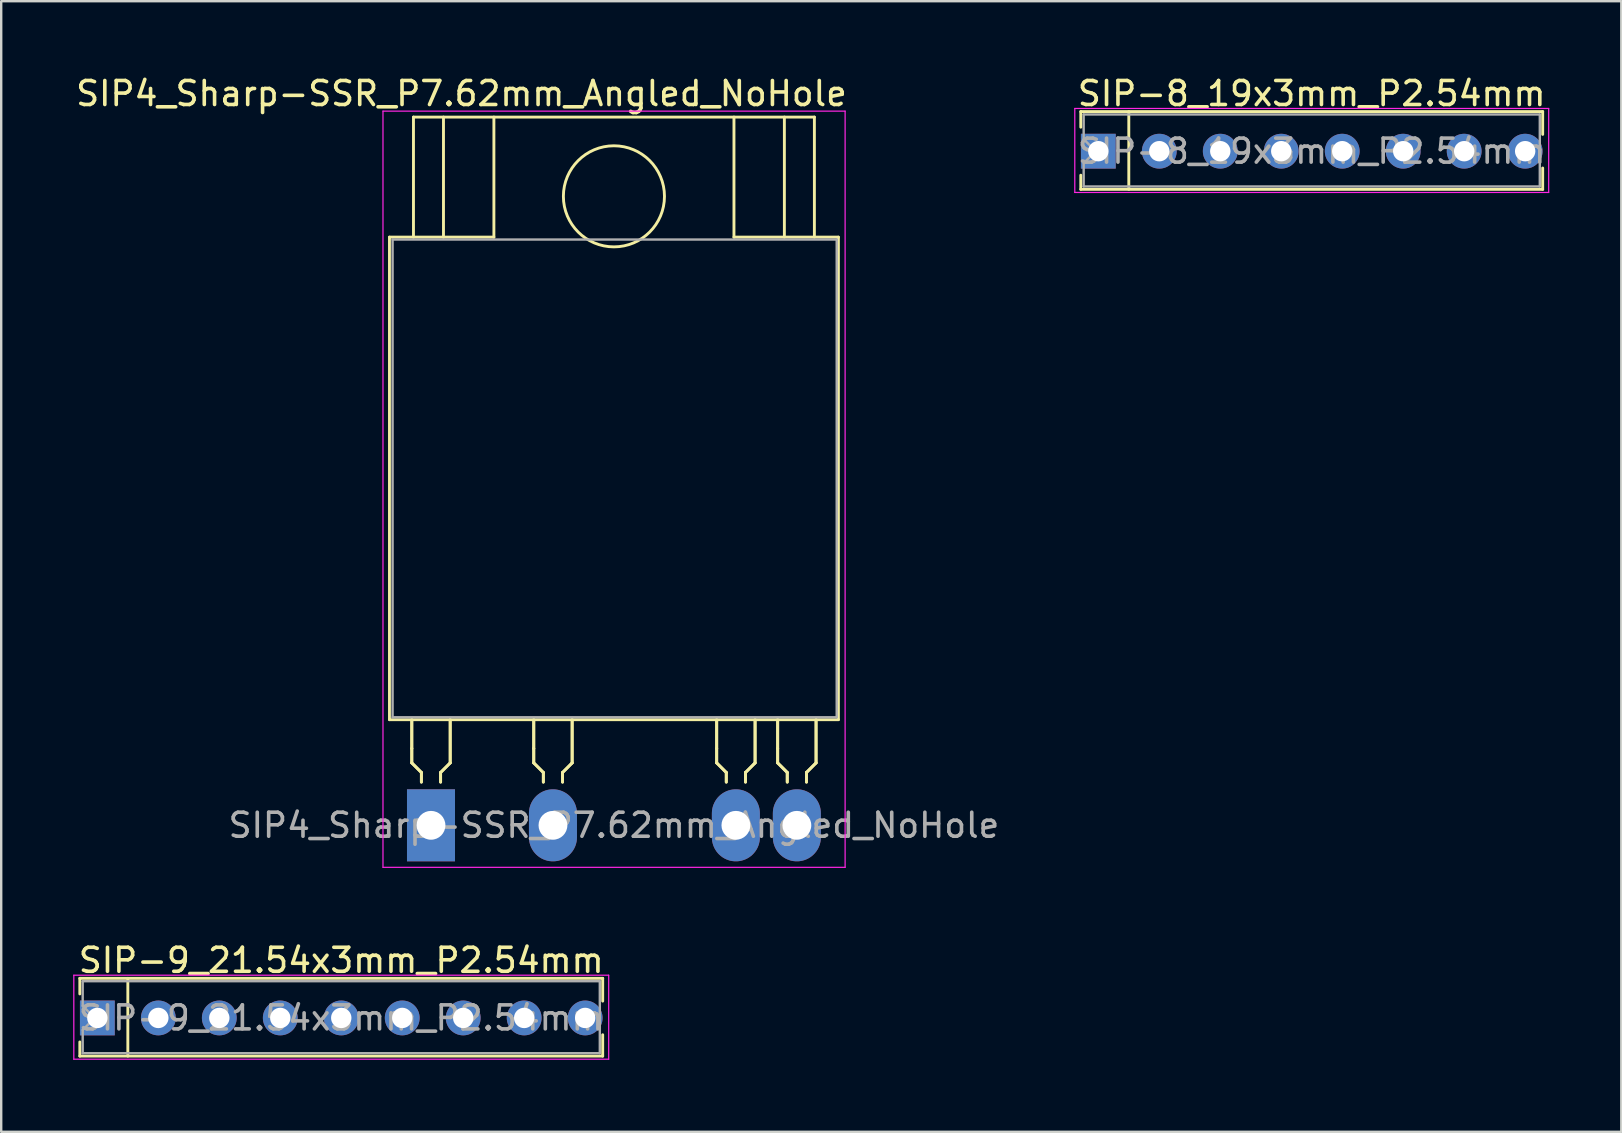
<source format=kicad_pcb>
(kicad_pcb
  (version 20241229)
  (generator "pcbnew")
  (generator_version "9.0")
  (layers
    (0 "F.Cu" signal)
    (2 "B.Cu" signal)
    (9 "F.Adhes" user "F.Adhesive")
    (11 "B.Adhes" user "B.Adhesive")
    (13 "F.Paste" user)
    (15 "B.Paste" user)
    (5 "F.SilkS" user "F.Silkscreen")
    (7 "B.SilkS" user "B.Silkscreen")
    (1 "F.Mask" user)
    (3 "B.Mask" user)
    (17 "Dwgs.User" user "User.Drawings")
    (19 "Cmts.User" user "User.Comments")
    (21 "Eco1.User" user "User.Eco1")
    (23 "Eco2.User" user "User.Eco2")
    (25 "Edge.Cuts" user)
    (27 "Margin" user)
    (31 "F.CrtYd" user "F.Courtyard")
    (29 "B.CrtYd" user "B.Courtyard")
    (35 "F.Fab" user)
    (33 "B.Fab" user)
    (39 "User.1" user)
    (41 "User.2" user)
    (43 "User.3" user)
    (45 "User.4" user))
  (footprint "SIP-8_19x3mm_P2.54mm"
    (layer "F.Cu")
    (at 42.7 3.248)
    (property "Reference" "SIP-8_19x3mm_P2.54mm" (at 8.89 -2.4 0) (layer "F.SilkS") (effects (font (size 1 1) (thickness 0.15))))
    (attr through_hole)
    (fp_line (start -0.73 -1.65) (end -0.73 -1) (stroke (width 0.12) (type solid)) (layer "F.SilkS"))
    (fp_line (start -0.73 1.59) (end -0.73 1) (stroke (width 0.12) (type solid)) (layer "F.SilkS"))
    (fp_line (start 1.27 1.59) (end 1.27 -1.65) (stroke (width 0.12) (type solid)) (layer "F.SilkS"))
    (fp_line (start 18.51 -1.65) (end -0.73 -1.65) (stroke (width 0.12) (type solid)) (layer "F.SilkS"))
    (fp_line (start 18.51 -1.65) (end 18.51 -0.7) (stroke (width 0.12) (type solid)) (layer "F.SilkS"))
    (fp_line (start 18.51 1.59) (end -0.73 1.59) (stroke (width 0.12) (type solid)) (layer "F.SilkS"))
    (fp_line (start 18.51 1.59) (end 18.51 0.7) (stroke (width 0.12) (type solid)) (layer "F.SilkS"))
    (fp_line (start -0.98 -1.78) (end 18.76 -1.78) (stroke (width 0.05) (type solid)) (layer "F.CrtYd"))
    (fp_line (start -0.98 1.72) (end -0.98 -1.78) (stroke (width 0.05) (type solid)) (layer "F.CrtYd"))
    (fp_line (start 18.76 -1.78) (end 18.76 1.72) (stroke (width 0.05) (type solid)) (layer "F.CrtYd"))
    (fp_line (start 18.76 1.72) (end -0.98 1.72) (stroke (width 0.05) (type solid)) (layer "F.CrtYd"))
    (fp_line (start -0.61 -1.53) (end -0.61 -0.5) (stroke (width 0.1) (type solid)) (layer "F.Fab"))
    (fp_line (start -0.61 -0.5) (end -0.11 0) (stroke (width 0.1) (type solid)) (layer "F.Fab"))
    (fp_line (start -0.61 0.5) (end -0.61 1.47) (stroke (width 0.1) (type solid)) (layer "F.Fab"))
    (fp_line (start -0.11 0) (end -0.61 0.5) (stroke (width 0.1) (type solid)) (layer "F.Fab"))
    (fp_line (start 18.39 -1.53) (end -0.61 -1.53) (stroke (width 0.1) (type solid)) (layer "F.Fab"))
    (fp_line (start 18.39 -1.53) (end 18.39 1.47) (stroke (width 0.1) (type solid)) (layer "F.Fab"))
    (fp_line (start 18.39 1.47) (end -0.61 1.47) (stroke (width 0.1) (type solid)) (layer "F.Fab"))
    (fp_text user "${REFERENCE}" (at 8.89 0 0) (layer "F.Fab") (effects (font (size 1 1) (thickness 0.15))))
    (pad "1" thru_hole rect (at 0 0 90) (size 1.45 1.45) (drill 0.85) (layers "*.Cu" "*.Mask"))
    (pad "2" thru_hole circle (at 2.54 0 90) (size 1.45 1.45) (drill 0.85) (layers "*.Cu" "*.Mask"))
    (pad "3" thru_hole circle (at 5.08 0 90) (size 1.45 1.45) (drill 0.85) (layers "*.Cu" "*.Mask"))
    (pad "4" thru_hole circle (at 7.62 0 90) (size 1.45 1.45) (drill 0.85) (layers "*.Cu" "*.Mask"))
    (pad "5" thru_hole circle (at 10.16 0 90) (size 1.45 1.45) (drill 0.85) (layers "*.Cu" "*.Mask"))
    (pad "6" thru_hole circle (at 12.7 0 90) (size 1.45 1.45) (drill 0.85) (layers "*.Cu" "*.Mask"))
    (pad "7" thru_hole circle (at 15.24 0 90) (size 1.45 1.45) (drill 0.85) (layers "*.Cu" "*.Mask"))
    (pad "8" thru_hole circle (at 17.78 0 90) (size 1.45 1.45) (drill 0.85) (layers "*.Cu" "*.Mask")))
  (footprint "SIP-9_21.54x3mm_P2.54mm"
    (layer "F.Cu")
    (at 1.005 39.352)
    (property "Reference" "SIP-9_21.54x3mm_P2.54mm" (at 10.16 -2.4 0) (layer "F.SilkS") (effects (font (size 1 1) (thickness 0.15))))
    (attr through_hole)
    (fp_line (start -0.73 -1.65) (end -0.73 -1) (stroke (width 0.12) (type solid)) (layer "F.SilkS"))
    (fp_line (start -0.73 1.59) (end -0.73 1) (stroke (width 0.12) (type solid)) (layer "F.SilkS"))
    (fp_line (start 1.27 1.59) (end 1.27 -1.65) (stroke (width 0.12) (type solid)) (layer "F.SilkS"))
    (fp_line (start 21.05 -1.65) (end -0.73 -1.65) (stroke (width 0.12) (type solid)) (layer "F.SilkS"))
    (fp_line (start 21.05 -1.65) (end 21.05 -0.7) (stroke (width 0.12) (type solid)) (layer "F.SilkS"))
    (fp_line (start 21.05 1.59) (end -0.73 1.59) (stroke (width 0.12) (type solid)) (layer "F.SilkS"))
    (fp_line (start 21.05 1.59) (end 21.05 0.7) (stroke (width 0.12) (type solid)) (layer "F.SilkS"))
    (fp_line (start -0.98 -1.78) (end 21.3 -1.78) (stroke (width 0.05) (type solid)) (layer "F.CrtYd"))
    (fp_line (start -0.98 1.72) (end -0.98 -1.78) (stroke (width 0.05) (type solid)) (layer "F.CrtYd"))
    (fp_line (start 21.3 -1.78) (end 21.3 1.72) (stroke (width 0.05) (type solid)) (layer "F.CrtYd"))
    (fp_line (start 21.3 1.72) (end -0.98 1.72) (stroke (width 0.05) (type solid)) (layer "F.CrtYd"))
    (fp_line (start -0.61 -1.53) (end -0.61 -0.5) (stroke (width 0.1) (type solid)) (layer "F.Fab"))
    (fp_line (start -0.61 -0.5) (end -0.11 0) (stroke (width 0.1) (type solid)) (layer "F.Fab"))
    (fp_line (start -0.61 0.5) (end -0.61 1.47) (stroke (width 0.1) (type solid)) (layer "F.Fab"))
    (fp_line (start -0.11 0) (end -0.61 0.5) (stroke (width 0.1) (type solid)) (layer "F.Fab"))
    (fp_line (start 20.93 -1.53) (end -0.61 -1.53) (stroke (width 0.1) (type solid)) (layer "F.Fab"))
    (fp_line (start 20.93 -1.53) (end 20.93 1.47) (stroke (width 0.1) (type solid)) (layer "F.Fab"))
    (fp_line (start 20.93 1.47) (end -0.61 1.47) (stroke (width 0.1) (type solid)) (layer "F.Fab"))
    (fp_text user "${REFERENCE}" (at 10.16 0 0) (layer "F.Fab") (effects (font (size 1 1) (thickness 0.15))))
    (pad "1" thru_hole rect (at 0 0 90) (size 1.45 1.45) (drill 0.85) (layers "*.Cu" "*.Mask"))
    (pad "2" thru_hole circle (at 2.54 0 90) (size 1.45 1.45) (drill 0.85) (layers "*.Cu" "*.Mask"))
    (pad "3" thru_hole circle (at 5.08 0 90) (size 1.45 1.45) (drill 0.85) (layers "*.Cu" "*.Mask"))
    (pad "4" thru_hole circle (at 7.62 0 90) (size 1.45 1.45) (drill 0.85) (layers "*.Cu" "*.Mask"))
    (pad "5" thru_hole circle (at 10.16 0 90) (size 1.45 1.45) (drill 0.85) (layers "*.Cu" "*.Mask"))
    (pad "6" thru_hole circle (at 12.7 0 90) (size 1.45 1.45) (drill 0.85) (layers "*.Cu" "*.Mask"))
    (pad "7" thru_hole circle (at 15.24 0 90) (size 1.45 1.45) (drill 0.85) (layers "*.Cu" "*.Mask"))
    (pad "8" thru_hole circle (at 17.78 0 90) (size 1.45 1.45) (drill 0.85) (layers "*.Cu" "*.Mask"))
    (pad "9" thru_hole circle (at 20.32 0 90) (size 1.45 1.45) (drill 0.85) (layers "*.Cu" "*.Mask")))
  (footprint "SIP4_Sharp-SSR_P7.62mm_Angled_NoHole"
    (layer "F.Cu")
    (at 14.903 31.328)
    (property "Reference" "SIP4_Sharp-SSR_P7.62mm_Angled_NoHole" (at 1.27 -30.48 0) (layer "F.SilkS") (effects (font (size 1 1) (thickness 0.15))))
    (attr through_hole)
    (fp_line (start -1.73 -24.5) (end 2.62 -24.5) (stroke (width 0.12) (type solid)) (layer "F.SilkS"))
    (fp_line (start -1.73 -4.4) (end -1.73 -24.5) (stroke (width 0.12) (type solid)) (layer "F.SilkS"))
    (fp_line (start -0.8 -3.2) (end -0.8 -4.4) (stroke (width 0.12) (type solid)) (layer "F.SilkS"))
    (fp_line (start -0.8 -3.2) (end -0.8 -4.4) (stroke (width 0.12) (type solid)) (layer "F.SilkS"))
    (fp_line (start -0.8 -2.6) (end -0.8 -3.2) (stroke (width 0.12) (type solid)) (layer "F.SilkS"))
    (fp_line (start -0.8 -2.6) (end -0.8 -3.2) (stroke (width 0.12) (type solid)) (layer "F.SilkS"))
    (fp_line (start -0.73 -29.5) (end 15.97 -29.5) (stroke (width 0.12) (type solid)) (layer "F.SilkS"))
    (fp_line (start -0.73 -24.5) (end -0.73 -29.5) (stroke (width 0.12) (type solid)) (layer "F.SilkS"))
    (fp_line (start -0.4 -2.2) (end -0.8 -2.6) (stroke (width 0.12) (type solid)) (layer "F.SilkS"))
    (fp_line (start -0.4 -2.2) (end -0.8 -2.6) (stroke (width 0.12) (type solid)) (layer "F.SilkS"))
    (fp_line (start -0.4 -2.2) (end -0.4 -1.8) (stroke (width 0.12) (type solid)) (layer "F.SilkS"))
    (fp_line (start -0.4 -2.2) (end -0.4 -1.8) (stroke (width 0.12) (type solid)) (layer "F.SilkS"))
    (fp_line (start 0.4 -2.2) (end 0.8 -2.6) (stroke (width 0.12) (type solid)) (layer "F.SilkS"))
    (fp_line (start 0.4 -2.2) (end 0.8 -2.6) (stroke (width 0.12) (type solid)) (layer "F.SilkS"))
    (fp_line (start 0.4 -1.8) (end 0.4 -2.2) (stroke (width 0.12) (type solid)) (layer "F.SilkS"))
    (fp_line (start 0.4 -1.8) (end 0.4 -2.2) (stroke (width 0.12) (type solid)) (layer "F.SilkS"))
    (fp_line (start 0.52 -24.5) (end 0.52 -29.5) (stroke (width 0.12) (type solid)) (layer "F.SilkS"))
    (fp_line (start 0.8 -2.6) (end 0.8 -4.4) (stroke (width 0.12) (type solid)) (layer "F.SilkS"))
    (fp_line (start 0.8 -2.6) (end 0.8 -4.4) (stroke (width 0.12) (type solid)) (layer "F.SilkS"))
    (fp_line (start 2.62 -29.5) (end 2.62 -24.5) (stroke (width 0.12) (type solid)) (layer "F.SilkS"))
    (fp_line (start 4.28 -3.2) (end 4.28 -4.4) (stroke (width 0.12) (type solid)) (layer "F.SilkS"))
    (fp_line (start 4.28 -3.2) (end 4.28 -4.4) (stroke (width 0.12) (type solid)) (layer "F.SilkS"))
    (fp_line (start 4.28 -2.6) (end 4.28 -3.2) (stroke (width 0.12) (type solid)) (layer "F.SilkS"))
    (fp_line (start 4.28 -2.6) (end 4.28 -3.2) (stroke (width 0.12) (type solid)) (layer "F.SilkS"))
    (fp_line (start 4.68 -2.2) (end 4.28 -2.6) (stroke (width 0.12) (type solid)) (layer "F.SilkS"))
    (fp_line (start 4.68 -2.2) (end 4.28 -2.6) (stroke (width 0.12) (type solid)) (layer "F.SilkS"))
    (fp_line (start 4.68 -2.2) (end 4.68 -1.8) (stroke (width 0.12) (type solid)) (layer "F.SilkS"))
    (fp_line (start 4.68 -2.2) (end 4.68 -1.8) (stroke (width 0.12) (type solid)) (layer "F.SilkS"))
    (fp_line (start 5.48 -2.2) (end 5.88 -2.6) (stroke (width 0.12) (type solid)) (layer "F.SilkS"))
    (fp_line (start 5.48 -2.2) (end 5.88 -2.6) (stroke (width 0.12) (type solid)) (layer "F.SilkS"))
    (fp_line (start 5.48 -1.8) (end 5.48 -2.2) (stroke (width 0.12) (type solid)) (layer "F.SilkS"))
    (fp_line (start 5.48 -1.8) (end 5.48 -2.2) (stroke (width 0.12) (type solid)) (layer "F.SilkS"))
    (fp_line (start 5.88 -2.6) (end 5.88 -4.4) (stroke (width 0.12) (type solid)) (layer "F.SilkS"))
    (fp_line (start 5.88 -2.6) (end 5.88 -4.4) (stroke (width 0.12) (type solid)) (layer "F.SilkS"))
    (fp_line (start 11.9 -3.2) (end 11.9 -4.4) (stroke (width 0.12) (type solid)) (layer "F.SilkS"))
    (fp_line (start 11.9 -3.2) (end 11.9 -4.4) (stroke (width 0.12) (type solid)) (layer "F.SilkS"))
    (fp_line (start 11.9 -2.6) (end 11.9 -3.2) (stroke (width 0.12) (type solid)) (layer "F.SilkS"))
    (fp_line (start 11.9 -2.6) (end 11.9 -3.2) (stroke (width 0.12) (type solid)) (layer "F.SilkS"))
    (fp_line (start 12.3 -2.2) (end 11.9 -2.6) (stroke (width 0.12) (type solid)) (layer "F.SilkS"))
    (fp_line (start 12.3 -2.2) (end 11.9 -2.6) (stroke (width 0.12) (type solid)) (layer "F.SilkS"))
    (fp_line (start 12.3 -2.2) (end 12.3 -1.8) (stroke (width 0.12) (type solid)) (layer "F.SilkS"))
    (fp_line (start 12.3 -2.2) (end 12.3 -1.8) (stroke (width 0.12) (type solid)) (layer "F.SilkS"))
    (fp_line (start 12.62 -29.5) (end 12.62 -24.5) (stroke (width 0.12) (type solid)) (layer "F.SilkS"))
    (fp_line (start 12.62 -24.5) (end 16.97 -24.5) (stroke (width 0.12) (type solid)) (layer "F.SilkS"))
    (fp_line (start 13.1 -2.2) (end 13.5 -2.6) (stroke (width 0.12) (type solid)) (layer "F.SilkS"))
    (fp_line (start 13.1 -2.2) (end 13.5 -2.6) (stroke (width 0.12) (type solid)) (layer "F.SilkS"))
    (fp_line (start 13.1 -1.8) (end 13.1 -2.2) (stroke (width 0.12) (type solid)) (layer "F.SilkS"))
    (fp_line (start 13.1 -1.8) (end 13.1 -2.2) (stroke (width 0.12) (type solid)) (layer "F.SilkS"))
    (fp_line (start 13.5 -2.6) (end 13.5 -4.4) (stroke (width 0.12) (type solid)) (layer "F.SilkS"))
    (fp_line (start 13.5 -2.6) (end 13.5 -4.4) (stroke (width 0.12) (type solid)) (layer "F.SilkS"))
    (fp_line (start 14.44 -3.2) (end 14.44 -4.4) (stroke (width 0.12) (type solid)) (layer "F.SilkS"))
    (fp_line (start 14.44 -3.2) (end 14.44 -4.4) (stroke (width 0.12) (type solid)) (layer "F.SilkS"))
    (fp_line (start 14.44 -2.6) (end 14.44 -3.2) (stroke (width 0.12) (type solid)) (layer "F.SilkS"))
    (fp_line (start 14.44 -2.6) (end 14.44 -3.2) (stroke (width 0.12) (type solid)) (layer "F.SilkS"))
    (fp_line (start 14.72 -24.5) (end 14.72 -29.5) (stroke (width 0.12) (type solid)) (layer "F.SilkS"))
    (fp_line (start 14.84 -2.2) (end 14.44 -2.6) (stroke (width 0.12) (type solid)) (layer "F.SilkS"))
    (fp_line (start 14.84 -2.2) (end 14.44 -2.6) (stroke (width 0.12) (type solid)) (layer "F.SilkS"))
    (fp_line (start 14.84 -2.2) (end 14.84 -1.8) (stroke (width 0.12) (type solid)) (layer "F.SilkS"))
    (fp_line (start 14.84 -2.2) (end 14.84 -1.8) (stroke (width 0.12) (type solid)) (layer "F.SilkS"))
    (fp_line (start 15.64 -2.2) (end 16.04 -2.6) (stroke (width 0.12) (type solid)) (layer "F.SilkS"))
    (fp_line (start 15.64 -2.2) (end 16.04 -2.6) (stroke (width 0.12) (type solid)) (layer "F.SilkS"))
    (fp_line (start 15.64 -1.8) (end 15.64 -2.2) (stroke (width 0.12) (type solid)) (layer "F.SilkS"))
    (fp_line (start 15.64 -1.8) (end 15.64 -2.2) (stroke (width 0.12) (type solid)) (layer "F.SilkS"))
    (fp_line (start 15.97 -24.5) (end 15.97 -29.5) (stroke (width 0.12) (type solid)) (layer "F.SilkS"))
    (fp_line (start 16.04 -2.6) (end 16.04 -4.4) (stroke (width 0.12) (type solid)) (layer "F.SilkS"))
    (fp_line (start 16.04 -2.6) (end 16.04 -4.4) (stroke (width 0.12) (type solid)) (layer "F.SilkS"))
    (fp_line (start 16.97 -24.5) (end 16.97 -4.4) (stroke (width 0.12) (type solid)) (layer "F.SilkS"))
    (fp_line (start 16.97 -4.4) (end -1.73 -4.4) (stroke (width 0.12) (type solid)) (layer "F.SilkS"))
    (fp_circle (center 7.62 -26.2) (end 9.35 -27.4) (stroke (width 0.12) (type solid)) (fill no) (layer "F.SilkS"))
    (fp_line (start -2 -29.75) (end 17.25 -29.75) (stroke (width 0.05) (type solid)) (layer "F.CrtYd"))
    (fp_line (start -2 1.75) (end -2 -29.75) (stroke (width 0.05) (type solid)) (layer "F.CrtYd"))
    (fp_line (start 17.25 -29.75) (end 17.25 1.75) (stroke (width 0.05) (type solid)) (layer "F.CrtYd"))
    (fp_line (start 17.25 1.75) (end -2 1.75) (stroke (width 0.05) (type solid)) (layer "F.CrtYd"))
    (fp_line (start -1.6 -24.4) (end 16.9 -24.4) (stroke (width 0.1) (type solid)) (layer "F.Fab"))
    (fp_line (start -1.6 -4.5) (end -1.6 -24.4) (stroke (width 0.1) (type solid)) (layer "F.Fab"))
    (fp_line (start 16.9 -24.4) (end 16.9 -4.5) (stroke (width 0.1) (type solid)) (layer "F.Fab"))
    (fp_line (start 16.9 -4.5) (end -1.6 -4.5) (stroke (width 0.1) (type solid)) (layer "F.Fab"))
    (fp_text user "${REFERENCE}" (at 7.62 0 0) (layer "F.Fab") (effects (font (size 1 1) (thickness 0.15))))
    (pad "1" thru_hole rect (at 0 0) (size 2 3) (drill 1.2) (layers "*.Cu" "*.Mask"))
    (pad "2" thru_hole oval (at 5.08 0) (size 2 3) (drill 1.2) (layers "*.Cu" "*.Mask"))
    (pad "3" thru_hole oval (at 12.7 0) (size 2 3) (drill 1.2) (layers "*.Cu" "*.Mask"))
    (pad "4" thru_hole oval (at 15.24 0) (size 2 3) (drill 1.2) (layers "*.Cu" "*.Mask")))
  (gr_rect
    (start -3 -3)
    (end 64.485 44.096)
    (stroke (width 0.1) (type default))
    (fill no)
    (layer "Edge.Cuts")))
</source>
